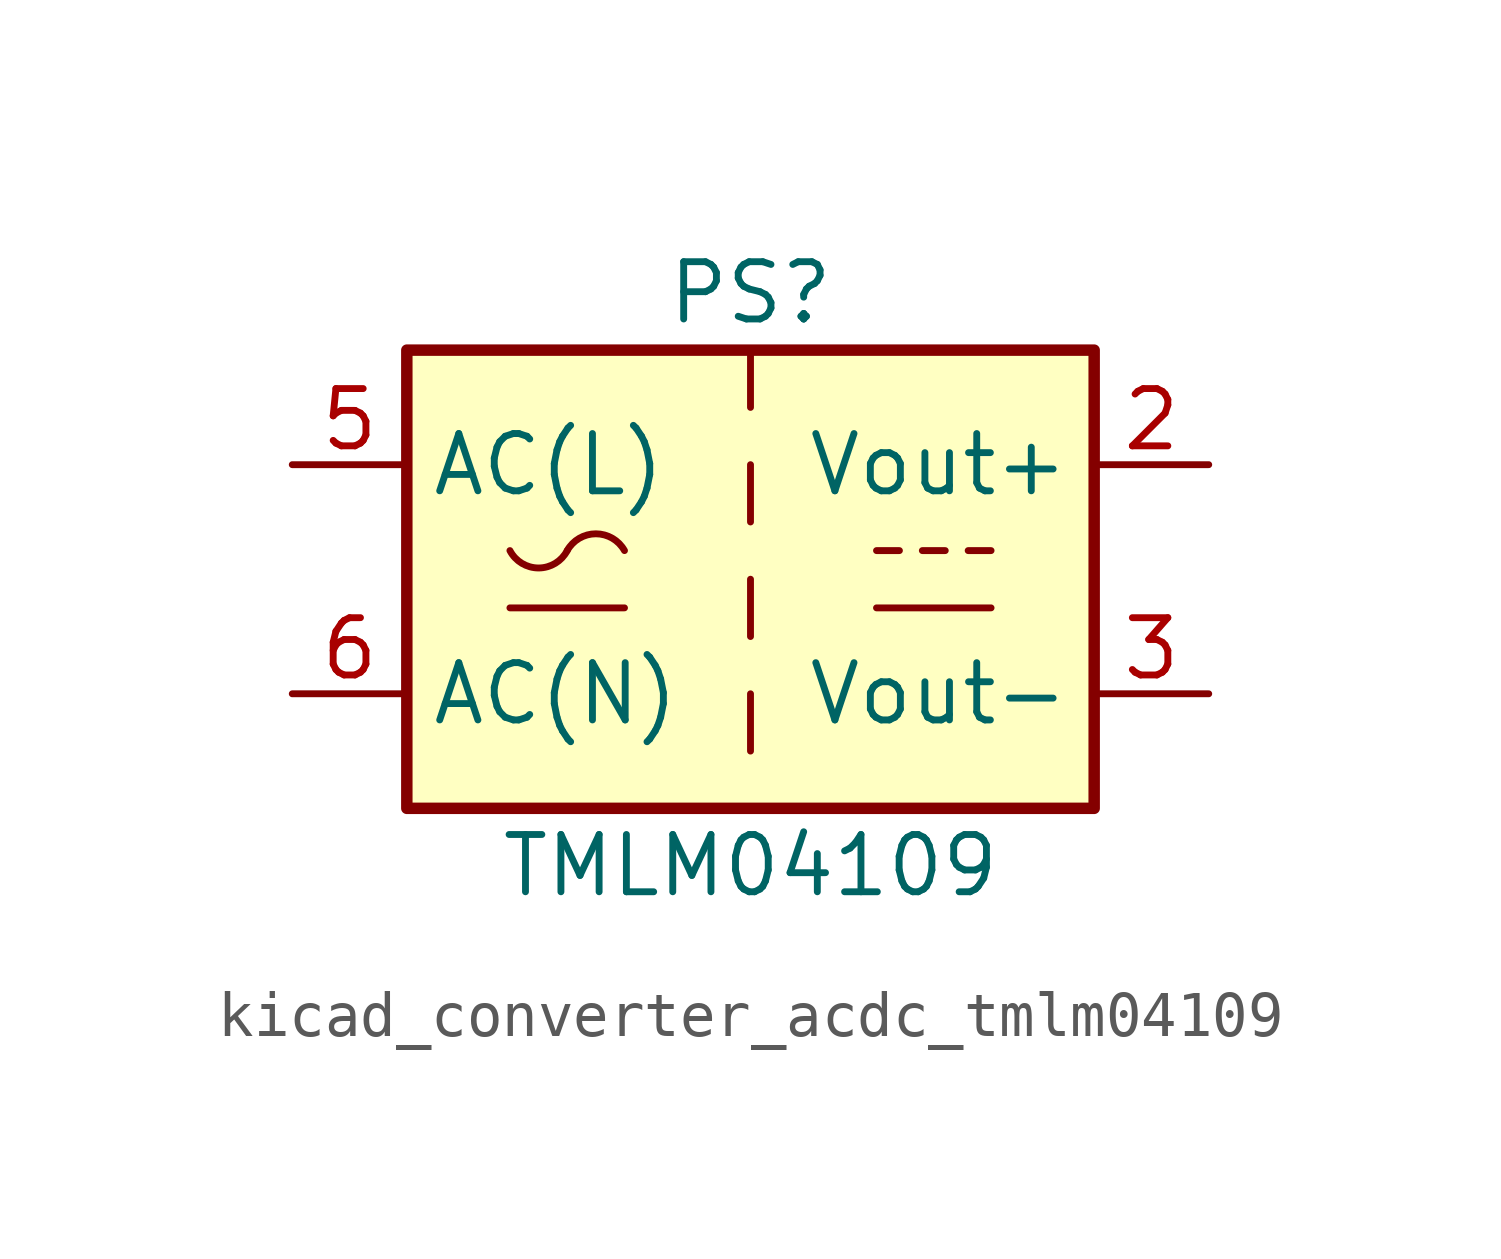
<source format=kicad_sym>
(kicad_symbol_lib
  (version 20220914)
  (generator kicad_symbol_editor)
  (symbol "kicad_converter_acdc_tmlm04109"
    (property "Reference" "PS"
      (at 0 6.35 0)
      (effects (font (size 1.27 1.27))))
    (property "Value" "TMLM04109"
      (at 0 -6.35 0)
      (effects (font (size 1.27 1.27))))
    (symbol "kicad_converter_acdc_tmlm04109_0_1"
      (rectangle (start -7.62 5.08) (end 7.62 -5.08) (stroke (width 0.254) (type default)) (fill (type background)))
      (arc (start -5.334 0.635) (mid -4.699 0.2495) (end -4.064 0.635) (stroke (width 0) (type default)) (fill (type none)))
      (arc (start -2.794 0.635) (mid -3.429 1.0072) (end -4.064 0.635) (stroke (width 0) (type default)) (fill (type none)))
      (polyline (pts (xy -5.334 -0.635) (xy -2.794 -0.635)) (stroke (width 0) (type default)) (fill (type none)))
      (polyline (pts (xy 0 -2.54) (xy 0 -3.81)) (stroke (width 0) (type default)) (fill (type none)))
      (polyline (pts (xy 0 0) (xy 0 -1.27)) (stroke (width 0) (type default)) (fill (type none)))
      (polyline (pts (xy 0 2.54) (xy 0 1.27)) (stroke (width 0) (type default)) (fill (type none)))
      (polyline (pts (xy 0 5.08) (xy 0 3.81)) (stroke (width 0) (type default)) (fill (type none)))
      (polyline (pts (xy 2.794 -0.635) (xy 5.334 -0.635)) (stroke (width 0) (type default)) (fill (type none)))
      (polyline (pts (xy 2.794 0.635) (xy 3.302 0.635)) (stroke (width 0) (type default)) (fill (type none)))
      (polyline (pts (xy 3.81 0.635) (xy 4.318 0.635)) (stroke (width 0) (type default)) (fill (type none)))
      (polyline (pts (xy 4.826 0.635) (xy 5.334 0.635)) (stroke (width 0) (type default)) (fill (type none))))
    (symbol "kicad_converter_acdc_tmlm04109_1_1"
      (pin power_out line (at 10.16 2.54 180) (length 2.54) (name "Vout+" (effects (font (size 1.27 1.27)))) (number "2" (effects (font (size 1.27 1.27)))))
      (pin power_out line (at 10.16 -2.54 180) (length 2.54) (name "Vout-" (effects (font (size 1.27 1.27)))) (number "3" (effects (font (size 1.27 1.27)))))
      (pin power_in line (at -10.16 2.54 0) (length 2.54) (name "AC(L)" (effects (font (size 1.27 1.27)))) (number "5" (effects (font (size 1.27 1.27)))))
      (pin power_in line (at -10.16 -2.54 0) (length 2.54) (name "AC(N)" (effects (font (size 1.27 1.27)))) (number "6" (effects (font (size 1.27 1.27))))))))
</source>
